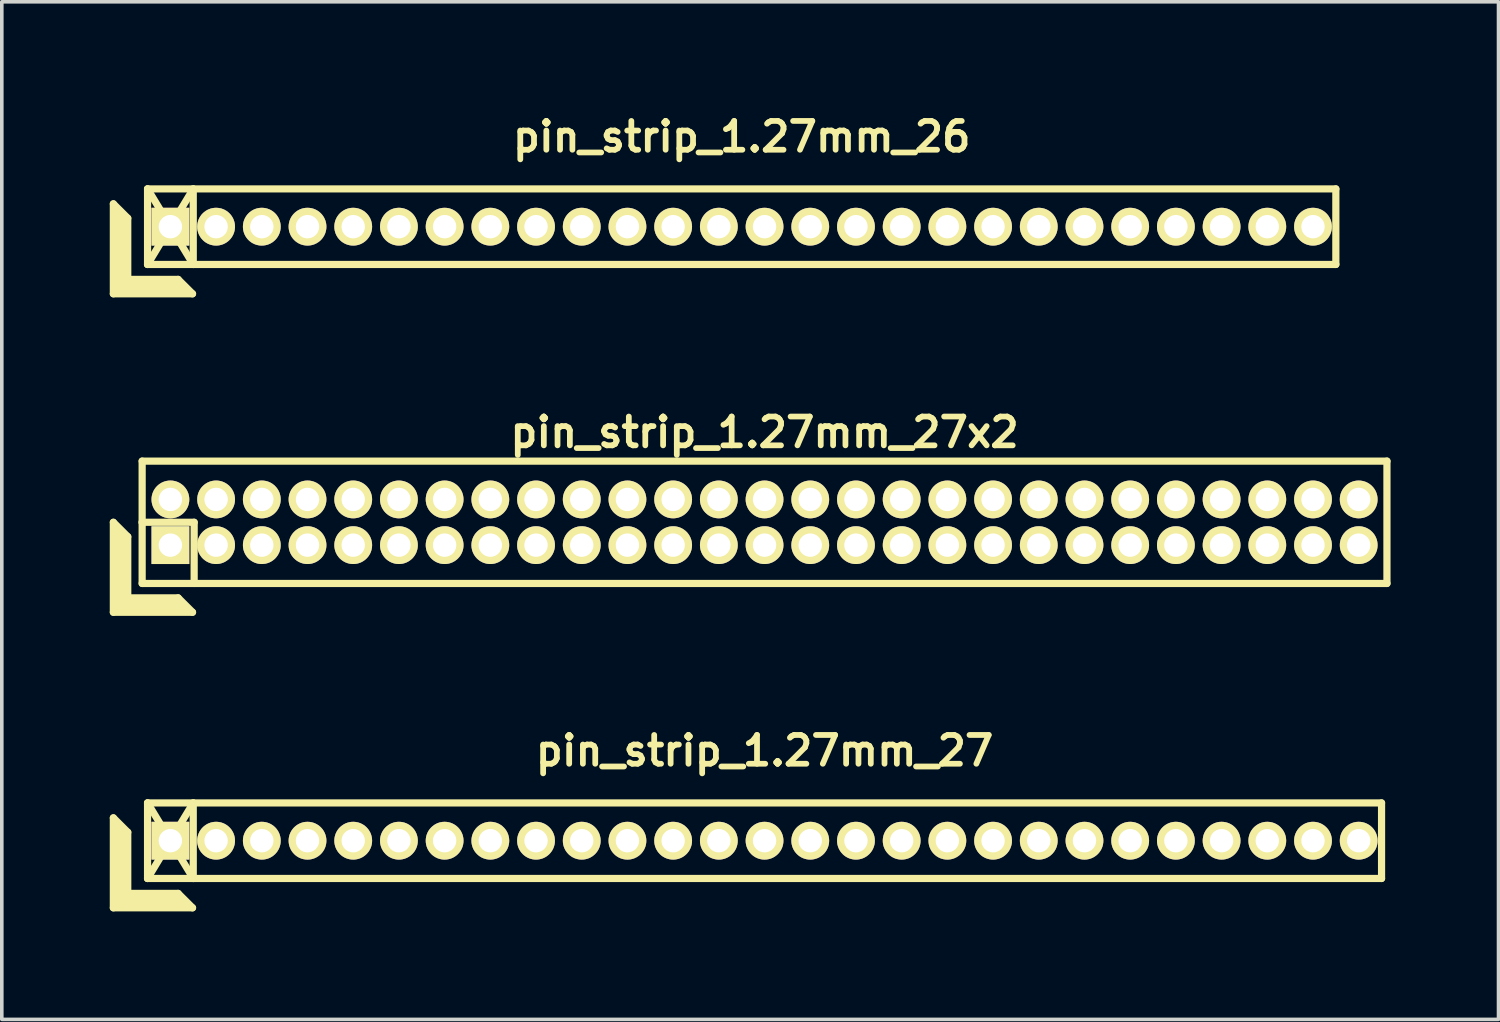
<source format=kicad_pcb>
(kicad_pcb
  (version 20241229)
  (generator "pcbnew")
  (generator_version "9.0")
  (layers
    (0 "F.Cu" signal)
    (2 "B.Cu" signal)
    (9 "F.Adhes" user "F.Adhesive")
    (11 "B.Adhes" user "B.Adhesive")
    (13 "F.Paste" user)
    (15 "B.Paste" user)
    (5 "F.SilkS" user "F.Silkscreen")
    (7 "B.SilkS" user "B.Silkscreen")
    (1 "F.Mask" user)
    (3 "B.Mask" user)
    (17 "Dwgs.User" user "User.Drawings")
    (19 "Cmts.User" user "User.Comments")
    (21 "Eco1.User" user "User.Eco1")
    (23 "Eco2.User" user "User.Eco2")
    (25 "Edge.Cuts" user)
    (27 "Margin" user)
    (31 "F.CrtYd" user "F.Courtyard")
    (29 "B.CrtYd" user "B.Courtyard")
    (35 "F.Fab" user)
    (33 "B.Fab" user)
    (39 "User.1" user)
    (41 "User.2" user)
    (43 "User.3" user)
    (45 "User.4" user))
  (footprint "pin_strip_1.27mm_27x2"
    (layer "F.Cu")
    (at 18.195 11.463)
    (property "Reference" "pin_strip_1.27mm_27x2" (at 0 -2.5 0) (layer "F.SilkS") (effects (font (size 0.8 0.8) (thickness 0.16))))
    (attr through_hole)
    (fp_line (start -18.095 0) (end -18.095 2.5) (stroke (width 0.2) (type solid)) (layer "F.SilkS"))
    (fp_line (start -18.095 0) (end -17.695 0.4) (stroke (width 0.2) (type solid)) (layer "F.SilkS"))
    (fp_line (start -18.095 2.5) (end -15.895 2.5) (stroke (width 0.2) (type solid)) (layer "F.SilkS"))
    (fp_line (start -17.995 2.4) (end -17.995 0.2) (stroke (width 0.2) (type solid)) (layer "F.SilkS"))
    (fp_line (start -17.995 2.4) (end -16.095 2.4) (stroke (width 0.2) (type solid)) (layer "F.SilkS"))
    (fp_line (start -17.895 2.3) (end -17.895 0.3) (stroke (width 0.2) (type solid)) (layer "F.SilkS"))
    (fp_line (start -17.895 2.3) (end -16.195 2.3) (stroke (width 0.2) (type solid)) (layer "F.SilkS"))
    (fp_line (start -17.795 2.2) (end -17.795 0.4) (stroke (width 0.2) (type solid)) (layer "F.SilkS"))
    (fp_line (start -17.795 2.2) (end -16.295 2.2) (stroke (width 0.2) (type solid)) (layer "F.SilkS"))
    (fp_line (start -17.695 2.1) (end -17.695 0.4) (stroke (width 0.2) (type solid)) (layer "F.SilkS"))
    (fp_line (start -17.695 2.1) (end -16.295 2.1) (stroke (width 0.2) (type solid)) (layer "F.SilkS"))
    (fp_line (start -17.3 0) (end -15.85 0) (stroke (width 0.2) (type solid)) (layer "F.SilkS"))
    (fp_line (start -17.295 -1.7) (end 17.295 -1.7) (stroke (width 0.2) (type solid)) (layer "F.SilkS"))
    (fp_line (start -17.295 1.7) (end -17.295 -1.7) (stroke (width 0.2) (type solid)) (layer "F.SilkS"))
    (fp_line (start -16.295 2.1) (end -15.895 2.5) (stroke (width 0.2) (type solid)) (layer "F.SilkS"))
    (fp_line (start -15.85 0) (end -15.85 1.7) (stroke (width 0.2) (type solid)) (layer "F.SilkS"))
    (fp_line (start 17.295 -1.7) (end 17.295 1.7) (stroke (width 0.2) (type solid)) (layer "F.SilkS"))
    (fp_line (start 17.295 1.7) (end -17.295 1.7) (stroke (width 0.2) (type solid)) (layer "F.SilkS"))
    (pad "1" thru_hole rect (at -16.51 0.635) (size 1.05 1.05) (drill 0.65) (layers "*.Cu" "*.Mask" "F.SilkS"))
    (pad "2" thru_hole oval (at -16.51 -0.635) (size 1.05 1.05) (drill 0.65) (layers "*.Cu" "*.Mask" "F.SilkS"))
    (pad "3" thru_hole oval (at -15.24 0.635) (size 1.05 1.05) (drill 0.65) (layers "*.Cu" "*.Mask" "F.SilkS"))
    (pad "4" thru_hole oval (at -15.24 -0.635) (size 1.05 1.05) (drill 0.65) (layers "*.Cu" "*.Mask" "F.SilkS"))
    (pad "5" thru_hole oval (at -13.97 0.635) (size 1.05 1.05) (drill 0.65) (layers "*.Cu" "*.Mask" "F.SilkS"))
    (pad "6" thru_hole oval (at -13.97 -0.635) (size 1.05 1.05) (drill 0.65) (layers "*.Cu" "*.Mask" "F.SilkS"))
    (pad "7" thru_hole oval (at -12.7 0.635) (size 1.05 1.05) (drill 0.65) (layers "*.Cu" "*.Mask" "F.SilkS"))
    (pad "8" thru_hole oval (at -12.7 -0.635) (size 1.05 1.05) (drill 0.65) (layers "*.Cu" "*.Mask" "F.SilkS"))
    (pad "9" thru_hole oval (at -11.43 0.635) (size 1.05 1.05) (drill 0.65) (layers "*.Cu" "*.Mask" "F.SilkS"))
    (pad "10" thru_hole oval (at -11.43 -0.635) (size 1.05 1.05) (drill 0.65) (layers "*.Cu" "*.Mask" "F.SilkS"))
    (pad "11" thru_hole oval (at -10.16 0.635) (size 1.05 1.05) (drill 0.65) (layers "*.Cu" "*.Mask" "F.SilkS"))
    (pad "12" thru_hole oval (at -10.16 -0.635) (size 1.05 1.05) (drill 0.65) (layers "*.Cu" "*.Mask" "F.SilkS"))
    (pad "13" thru_hole oval (at -8.89 0.635) (size 1.05 1.05) (drill 0.65) (layers "*.Cu" "*.Mask" "F.SilkS"))
    (pad "14" thru_hole oval (at -8.89 -0.635) (size 1.05 1.05) (drill 0.65) (layers "*.Cu" "*.Mask" "F.SilkS"))
    (pad "15" thru_hole oval (at -7.62 0.635) (size 1.05 1.05) (drill 0.65) (layers "*.Cu" "*.Mask" "F.SilkS"))
    (pad "16" thru_hole oval (at -7.62 -0.635) (size 1.05 1.05) (drill 0.65) (layers "*.Cu" "*.Mask" "F.SilkS"))
    (pad "17" thru_hole oval (at -6.35 0.635) (size 1.05 1.05) (drill 0.65) (layers "*.Cu" "*.Mask" "F.SilkS"))
    (pad "18" thru_hole oval (at -6.35 -0.635) (size 1.05 1.05) (drill 0.65) (layers "*.Cu" "*.Mask" "F.SilkS"))
    (pad "19" thru_hole oval (at -5.08 0.635) (size 1.05 1.05) (drill 0.65) (layers "*.Cu" "*.Mask" "F.SilkS"))
    (pad "20" thru_hole oval (at -5.08 -0.635) (size 1.05 1.05) (drill 0.65) (layers "*.Cu" "*.Mask" "F.SilkS"))
    (pad "21" thru_hole oval (at -3.81 0.635) (size 1.05 1.05) (drill 0.65) (layers "*.Cu" "*.Mask" "F.SilkS"))
    (pad "22" thru_hole oval (at -3.81 -0.635) (size 1.05 1.05) (drill 0.65) (layers "*.Cu" "*.Mask" "F.SilkS"))
    (pad "23" thru_hole oval (at -2.54 0.635) (size 1.05 1.05) (drill 0.65) (layers "*.Cu" "*.Mask" "F.SilkS"))
    (pad "24" thru_hole oval (at -2.54 -0.635) (size 1.05 1.05) (drill 0.65) (layers "*.Cu" "*.Mask" "F.SilkS"))
    (pad "25" thru_hole oval (at -1.27 0.635) (size 1.05 1.05) (drill 0.65) (layers "*.Cu" "*.Mask" "F.SilkS"))
    (pad "26" thru_hole oval (at -1.27 -0.635) (size 1.05 1.05) (drill 0.65) (layers "*.Cu" "*.Mask" "F.SilkS"))
    (pad "27" thru_hole oval (at 0 0.635) (size 1.05 1.05) (drill 0.65) (layers "*.Cu" "*.Mask" "F.SilkS"))
    (pad "28" thru_hole oval (at 0 -0.635) (size 1.05 1.05) (drill 0.65) (layers "*.Cu" "*.Mask" "F.SilkS"))
    (pad "29" thru_hole oval (at 1.27 0.635) (size 1.05 1.05) (drill 0.65) (layers "*.Cu" "*.Mask" "F.SilkS"))
    (pad "30" thru_hole oval (at 1.27 -0.635) (size 1.05 1.05) (drill 0.65) (layers "*.Cu" "*.Mask" "F.SilkS"))
    (pad "31" thru_hole oval (at 2.54 0.635) (size 1.05 1.05) (drill 0.65) (layers "*.Cu" "*.Mask" "F.SilkS"))
    (pad "32" thru_hole oval (at 2.54 -0.635) (size 1.05 1.05) (drill 0.65) (layers "*.Cu" "*.Mask" "F.SilkS"))
    (pad "33" thru_hole oval (at 3.81 0.635) (size 1.05 1.05) (drill 0.65) (layers "*.Cu" "*.Mask" "F.SilkS"))
    (pad "34" thru_hole oval (at 3.81 -0.635) (size 1.05 1.05) (drill 0.65) (layers "*.Cu" "*.Mask" "F.SilkS"))
    (pad "35" thru_hole oval (at 5.08 0.635) (size 1.05 1.05) (drill 0.65) (layers "*.Cu" "*.Mask" "F.SilkS"))
    (pad "36" thru_hole oval (at 5.08 -0.635) (size 1.05 1.05) (drill 0.65) (layers "*.Cu" "*.Mask" "F.SilkS"))
    (pad "37" thru_hole oval (at 6.35 0.635) (size 1.05 1.05) (drill 0.65) (layers "*.Cu" "*.Mask" "F.SilkS"))
    (pad "38" thru_hole oval (at 6.35 -0.635) (size 1.05 1.05) (drill 0.65) (layers "*.Cu" "*.Mask" "F.SilkS"))
    (pad "39" thru_hole oval (at 7.62 0.635) (size 1.05 1.05) (drill 0.65) (layers "*.Cu" "*.Mask" "F.SilkS"))
    (pad "40" thru_hole oval (at 7.62 -0.635) (size 1.05 1.05) (drill 0.65) (layers "*.Cu" "*.Mask" "F.SilkS"))
    (pad "41" thru_hole oval (at 8.89 0.635) (size 1.05 1.05) (drill 0.65) (layers "*.Cu" "*.Mask" "F.SilkS"))
    (pad "42" thru_hole oval (at 8.89 -0.635) (size 1.05 1.05) (drill 0.65) (layers "*.Cu" "*.Mask" "F.SilkS"))
    (pad "43" thru_hole oval (at 10.16 0.635) (size 1.05 1.05) (drill 0.65) (layers "*.Cu" "*.Mask" "F.SilkS"))
    (pad "44" thru_hole oval (at 10.16 -0.635) (size 1.05 1.05) (drill 0.65) (layers "*.Cu" "*.Mask" "F.SilkS"))
    (pad "45" thru_hole oval (at 11.43 0.635) (size 1.05 1.05) (drill 0.65) (layers "*.Cu" "*.Mask" "F.SilkS"))
    (pad "46" thru_hole oval (at 11.43 -0.635) (size 1.05 1.05) (drill 0.65) (layers "*.Cu" "*.Mask" "F.SilkS"))
    (pad "47" thru_hole oval (at 12.7 0.635) (size 1.05 1.05) (drill 0.65) (layers "*.Cu" "*.Mask" "F.SilkS"))
    (pad "48" thru_hole oval (at 12.7 -0.635) (size 1.05 1.05) (drill 0.65) (layers "*.Cu" "*.Mask" "F.SilkS"))
    (pad "49" thru_hole oval (at 13.97 0.635) (size 1.05 1.05) (drill 0.65) (layers "*.Cu" "*.Mask" "F.SilkS"))
    (pad "50" thru_hole oval (at 13.97 -0.635) (size 1.05 1.05) (drill 0.65) (layers "*.Cu" "*.Mask" "F.SilkS"))
    (pad "51" thru_hole circle (at 15.24 0.635) (size 1.05 1.05) (drill 0.65) (layers "*.Cu" "*.Mask" "F.SilkS"))
    (pad "52" thru_hole oval (at 15.24 -0.635) (size 1.05 1.05) (drill 0.65) (layers "*.Cu" "*.Mask" "F.SilkS"))
    (pad "53" thru_hole oval (at 16.51 0.635) (size 1.05 1.05) (drill 0.65) (layers "*.Cu" "*.Mask" "F.SilkS"))
    (pad "54" thru_hole oval (at 16.51 -0.635) (size 1.05 1.05) (drill 0.65) (layers "*.Cu" "*.Mask" "F.SilkS")))
  (footprint "pin_strip_1.27mm_27"
    (layer "F.Cu")
    (at 18.195 20.311)
    (property "Reference" "pin_strip_1.27mm_27" (at 0 -2.5 0) (layer "F.SilkS") (effects (font (size 0.8 0.8) (thickness 0.16))))
    (attr through_hole)
    (fp_line (start -18.095 -0.635) (end -18.095 1.865) (stroke (width 0.2) (type solid)) (layer "F.SilkS"))
    (fp_line (start -18.095 -0.635) (end -17.695 -0.235) (stroke (width 0.2) (type solid)) (layer "F.SilkS"))
    (fp_line (start -18.095 1.865) (end -15.895 1.865) (stroke (width 0.2) (type solid)) (layer "F.SilkS"))
    (fp_line (start -17.995 1.765) (end -17.995 -0.435) (stroke (width 0.2) (type solid)) (layer "F.SilkS"))
    (fp_line (start -17.995 1.765) (end -16.095 1.765) (stroke (width 0.2) (type solid)) (layer "F.SilkS"))
    (fp_line (start -17.895 1.665) (end -17.895 -0.335) (stroke (width 0.2) (type solid)) (layer "F.SilkS"))
    (fp_line (start -17.895 1.665) (end -16.195 1.665) (stroke (width 0.2) (type solid)) (layer "F.SilkS"))
    (fp_line (start -17.795 1.565) (end -17.795 -0.235) (stroke (width 0.2) (type solid)) (layer "F.SilkS"))
    (fp_line (start -17.795 1.565) (end -16.295 1.565) (stroke (width 0.2) (type solid)) (layer "F.SilkS"))
    (fp_line (start -17.695 1.465) (end -17.695 -0.235) (stroke (width 0.2) (type solid)) (layer "F.SilkS"))
    (fp_line (start -17.695 1.465) (end -16.295 1.465) (stroke (width 0.2) (type solid)) (layer "F.SilkS"))
    (fp_line (start -17.145 -1.05) (end -15.875 1.05) (stroke (width 0.2) (type solid)) (layer "F.SilkS"))
    (fp_line (start -17.145 -1.05) (end 17.145 -1.05) (stroke (width 0.2) (type solid)) (layer "F.SilkS"))
    (fp_line (start -17.145 1.05) (end -17.145 -1.05) (stroke (width 0.2) (type solid)) (layer "F.SilkS"))
    (fp_line (start -17.145 1.05) (end -15.875 -1.05) (stroke (width 0.2) (type solid)) (layer "F.SilkS"))
    (fp_line (start -16.295 1.465) (end -15.895 1.865) (stroke (width 0.2) (type solid)) (layer "F.SilkS"))
    (fp_line (start -15.875 -1.05) (end -15.875 1.05) (stroke (width 0.2) (type solid)) (layer "F.SilkS"))
    (fp_line (start 17.145 -1.05) (end 17.145 1.05) (stroke (width 0.2) (type solid)) (layer "F.SilkS"))
    (fp_line (start 17.145 1.05) (end -17.145 1.05) (stroke (width 0.2) (type solid)) (layer "F.SilkS"))
    (pad "1" thru_hole rect (at -16.51 0) (size 1.05 1.05) (drill 0.65) (layers "*.Cu" "*.Mask" "F.SilkS"))
    (pad "2" thru_hole oval (at -15.24 0) (size 1.05 1.05) (drill 0.65) (layers "*.Cu" "*.Mask" "F.SilkS"))
    (pad "3" thru_hole oval (at -13.97 0) (size 1.05 1.05) (drill 0.65) (layers "*.Cu" "*.Mask" "F.SilkS"))
    (pad "4" thru_hole oval (at -12.7 0) (size 1.05 1.05) (drill 0.65) (layers "*.Cu" "*.Mask" "F.SilkS"))
    (pad "5" thru_hole oval (at -11.43 0) (size 1.05 1.05) (drill 0.65) (layers "*.Cu" "*.Mask" "F.SilkS"))
    (pad "6" thru_hole oval (at -10.16 0) (size 1.05 1.05) (drill 0.65) (layers "*.Cu" "*.Mask" "F.SilkS"))
    (pad "7" thru_hole oval (at -8.89 0) (size 1.05 1.05) (drill 0.65) (layers "*.Cu" "*.Mask" "F.SilkS"))
    (pad "8" thru_hole oval (at -7.62 0) (size 1.05 1.05) (drill 0.65) (layers "*.Cu" "*.Mask" "F.SilkS"))
    (pad "9" thru_hole oval (at -6.35 0) (size 1.05 1.05) (drill 0.65) (layers "*.Cu" "*.Mask" "F.SilkS"))
    (pad "10" thru_hole oval (at -5.08 0) (size 1.05 1.05) (drill 0.65) (layers "*.Cu" "*.Mask" "F.SilkS"))
    (pad "11" thru_hole oval (at -3.81 0) (size 1.05 1.05) (drill 0.65) (layers "*.Cu" "*.Mask" "F.SilkS"))
    (pad "12" thru_hole oval (at -2.54 0) (size 1.05 1.05) (drill 0.65) (layers "*.Cu" "*.Mask" "F.SilkS"))
    (pad "13" thru_hole oval (at -1.27 0) (size 1.05 1.05) (drill 0.65) (layers "*.Cu" "*.Mask" "F.SilkS"))
    (pad "14" thru_hole oval (at 0 0) (size 1.05 1.05) (drill 0.65) (layers "*.Cu" "*.Mask" "F.SilkS"))
    (pad "15" thru_hole oval (at 1.27 0) (size 1.05 1.05) (drill 0.65) (layers "*.Cu" "*.Mask" "F.SilkS"))
    (pad "16" thru_hole oval (at 2.54 0) (size 1.05 1.05) (drill 0.65) (layers "*.Cu" "*.Mask" "F.SilkS"))
    (pad "17" thru_hole oval (at 3.81 0) (size 1.05 1.05) (drill 0.65) (layers "*.Cu" "*.Mask" "F.SilkS"))
    (pad "18" thru_hole oval (at 5.08 0) (size 1.05 1.05) (drill 0.65) (layers "*.Cu" "*.Mask" "F.SilkS"))
    (pad "19" thru_hole oval (at 6.35 0) (size 1.05 1.05) (drill 0.65) (layers "*.Cu" "*.Mask" "F.SilkS"))
    (pad "20" thru_hole oval (at 7.62 0) (size 1.05 1.05) (drill 0.65) (layers "*.Cu" "*.Mask" "F.SilkS"))
    (pad "21" thru_hole oval (at 8.89 0) (size 1.05 1.05) (drill 0.65) (layers "*.Cu" "*.Mask" "F.SilkS"))
    (pad "22" thru_hole oval (at 10.16 0) (size 1.05 1.05) (drill 0.65) (layers "*.Cu" "*.Mask" "F.SilkS"))
    (pad "23" thru_hole oval (at 11.43 0) (size 1.05 1.05) (drill 0.65) (layers "*.Cu" "*.Mask" "F.SilkS"))
    (pad "24" thru_hole oval (at 12.7 0) (size 1.05 1.05) (drill 0.65) (layers "*.Cu" "*.Mask" "F.SilkS"))
    (pad "25" thru_hole oval (at 13.97 0) (size 1.05 1.05) (drill 0.65) (layers "*.Cu" "*.Mask" "F.SilkS"))
    (pad "26" thru_hole oval (at 15.24 0) (size 1.05 1.05) (drill 0.65) (layers "*.Cu" "*.Mask" "F.SilkS"))
    (pad "27" thru_hole oval (at 16.51 0) (size 1.05 1.05) (drill 0.65) (layers "*.Cu" "*.Mask" "F.SilkS")))
  (footprint "pin_strip_1.27mm_26"
    (layer "F.Cu")
    (at 17.56 3.249)
    (property "Reference" "pin_strip_1.27mm_26" (at 0 -2.5 0) (layer "F.SilkS") (effects (font (size 0.8 0.8) (thickness 0.16))))
    (attr through_hole)
    (fp_line (start -17.46 -0.635) (end -17.46 1.865) (stroke (width 0.2) (type solid)) (layer "F.SilkS"))
    (fp_line (start -17.46 -0.635) (end -17.06 -0.235) (stroke (width 0.2) (type solid)) (layer "F.SilkS"))
    (fp_line (start -17.46 1.865) (end -15.26 1.865) (stroke (width 0.2) (type solid)) (layer "F.SilkS"))
    (fp_line (start -17.36 1.765) (end -17.36 -0.435) (stroke (width 0.2) (type solid)) (layer "F.SilkS"))
    (fp_line (start -17.36 1.765) (end -15.46 1.765) (stroke (width 0.2) (type solid)) (layer "F.SilkS"))
    (fp_line (start -17.26 1.665) (end -17.26 -0.335) (stroke (width 0.2) (type solid)) (layer "F.SilkS"))
    (fp_line (start -17.26 1.665) (end -15.56 1.665) (stroke (width 0.2) (type solid)) (layer "F.SilkS"))
    (fp_line (start -17.16 1.565) (end -17.16 -0.235) (stroke (width 0.2) (type solid)) (layer "F.SilkS"))
    (fp_line (start -17.16 1.565) (end -15.66 1.565) (stroke (width 0.2) (type solid)) (layer "F.SilkS"))
    (fp_line (start -17.06 1.465) (end -17.06 -0.235) (stroke (width 0.2) (type solid)) (layer "F.SilkS"))
    (fp_line (start -17.06 1.465) (end -15.66 1.465) (stroke (width 0.2) (type solid)) (layer "F.SilkS"))
    (fp_line (start -16.51 -1.05) (end -15.24 1.05) (stroke (width 0.2) (type solid)) (layer "F.SilkS"))
    (fp_line (start -16.51 -1.05) (end 16.51 -1.05) (stroke (width 0.2) (type solid)) (layer "F.SilkS"))
    (fp_line (start -16.51 1.05) (end -16.51 -1.05) (stroke (width 0.2) (type solid)) (layer "F.SilkS"))
    (fp_line (start -16.51 1.05) (end -15.24 -1.05) (stroke (width 0.2) (type solid)) (layer "F.SilkS"))
    (fp_line (start -15.66 1.465) (end -15.26 1.865) (stroke (width 0.2) (type solid)) (layer "F.SilkS"))
    (fp_line (start -15.24 -1.05) (end -15.24 1.05) (stroke (width 0.2) (type solid)) (layer "F.SilkS"))
    (fp_line (start 16.51 -1.05) (end 16.51 1.05) (stroke (width 0.2) (type solid)) (layer "F.SilkS"))
    (fp_line (start 16.51 1.05) (end -16.51 1.05) (stroke (width 0.2) (type solid)) (layer "F.SilkS"))
    (pad "1" thru_hole rect (at -15.875 0) (size 1.05 1.05) (drill 0.65) (layers "*.Cu" "*.Mask" "F.SilkS"))
    (pad "2" thru_hole oval (at -14.605 0) (size 1.05 1.05) (drill 0.65) (layers "*.Cu" "*.Mask" "F.SilkS"))
    (pad "3" thru_hole oval (at -13.335 0) (size 1.05 1.05) (drill 0.65) (layers "*.Cu" "*.Mask" "F.SilkS"))
    (pad "4" thru_hole oval (at -12.065 0) (size 1.05 1.05) (drill 0.65) (layers "*.Cu" "*.Mask" "F.SilkS"))
    (pad "5" thru_hole oval (at -10.795 0) (size 1.05 1.05) (drill 0.65) (layers "*.Cu" "*.Mask" "F.SilkS"))
    (pad "6" thru_hole oval (at -9.525 0) (size 1.05 1.05) (drill 0.65) (layers "*.Cu" "*.Mask" "F.SilkS"))
    (pad "7" thru_hole oval (at -8.255 0) (size 1.05 1.05) (drill 0.65) (layers "*.Cu" "*.Mask" "F.SilkS"))
    (pad "8" thru_hole oval (at -6.985 0) (size 1.05 1.05) (drill 0.65) (layers "*.Cu" "*.Mask" "F.SilkS"))
    (pad "9" thru_hole oval (at -5.715 0) (size 1.05 1.05) (drill 0.65) (layers "*.Cu" "*.Mask" "F.SilkS"))
    (pad "10" thru_hole oval (at -4.445 0) (size 1.05 1.05) (drill 0.65) (layers "*.Cu" "*.Mask" "F.SilkS"))
    (pad "11" thru_hole oval (at -3.175 0) (size 1.05 1.05) (drill 0.65) (layers "*.Cu" "*.Mask" "F.SilkS"))
    (pad "12" thru_hole oval (at -1.905 0) (size 1.05 1.05) (drill 0.65) (layers "*.Cu" "*.Mask" "F.SilkS"))
    (pad "13" thru_hole oval (at -0.635 0) (size 1.05 1.05) (drill 0.65) (layers "*.Cu" "*.Mask" "F.SilkS"))
    (pad "14" thru_hole oval (at 0.635 0) (size 1.05 1.05) (drill 0.65) (layers "*.Cu" "*.Mask" "F.SilkS"))
    (pad "15" thru_hole oval (at 1.905 0) (size 1.05 1.05) (drill 0.65) (layers "*.Cu" "*.Mask" "F.SilkS"))
    (pad "16" thru_hole oval (at 3.175 0) (size 1.05 1.05) (drill 0.65) (layers "*.Cu" "*.Mask" "F.SilkS"))
    (pad "17" thru_hole oval (at 4.445 0) (size 1.05 1.05) (drill 0.65) (layers "*.Cu" "*.Mask" "F.SilkS"))
    (pad "18" thru_hole oval (at 5.715 0) (size 1.05 1.05) (drill 0.65) (layers "*.Cu" "*.Mask" "F.SilkS"))
    (pad "19" thru_hole oval (at 6.985 0) (size 1.05 1.05) (drill 0.65) (layers "*.Cu" "*.Mask" "F.SilkS"))
    (pad "20" thru_hole oval (at 8.255 0) (size 1.05 1.05) (drill 0.65) (layers "*.Cu" "*.Mask" "F.SilkS"))
    (pad "21" thru_hole oval (at 9.525 0) (size 1.05 1.05) (drill 0.65) (layers "*.Cu" "*.Mask" "F.SilkS"))
    (pad "22" thru_hole oval (at 10.795 0) (size 1.05 1.05) (drill 0.65) (layers "*.Cu" "*.Mask" "F.SilkS"))
    (pad "23" thru_hole oval (at 12.065 0) (size 1.05 1.05) (drill 0.65) (layers "*.Cu" "*.Mask" "F.SilkS"))
    (pad "24" thru_hole oval (at 13.335 0) (size 1.05 1.05) (drill 0.65) (layers "*.Cu" "*.Mask" "F.SilkS"))
    (pad "25" thru_hole oval (at 14.605 0) (size 1.05 1.05) (drill 0.65) (layers "*.Cu" "*.Mask" "F.SilkS"))
    (pad "26" thru_hole oval (at 15.875 0) (size 1.05 1.05) (drill 0.65) (layers "*.Cu" "*.Mask" "F.SilkS")))
  (gr_rect
    (start -3 -3)
    (end 38.59 25.276)
    (stroke (width 0.1) (type default))
    (fill no)
    (layer "Edge.Cuts")))
</source>
